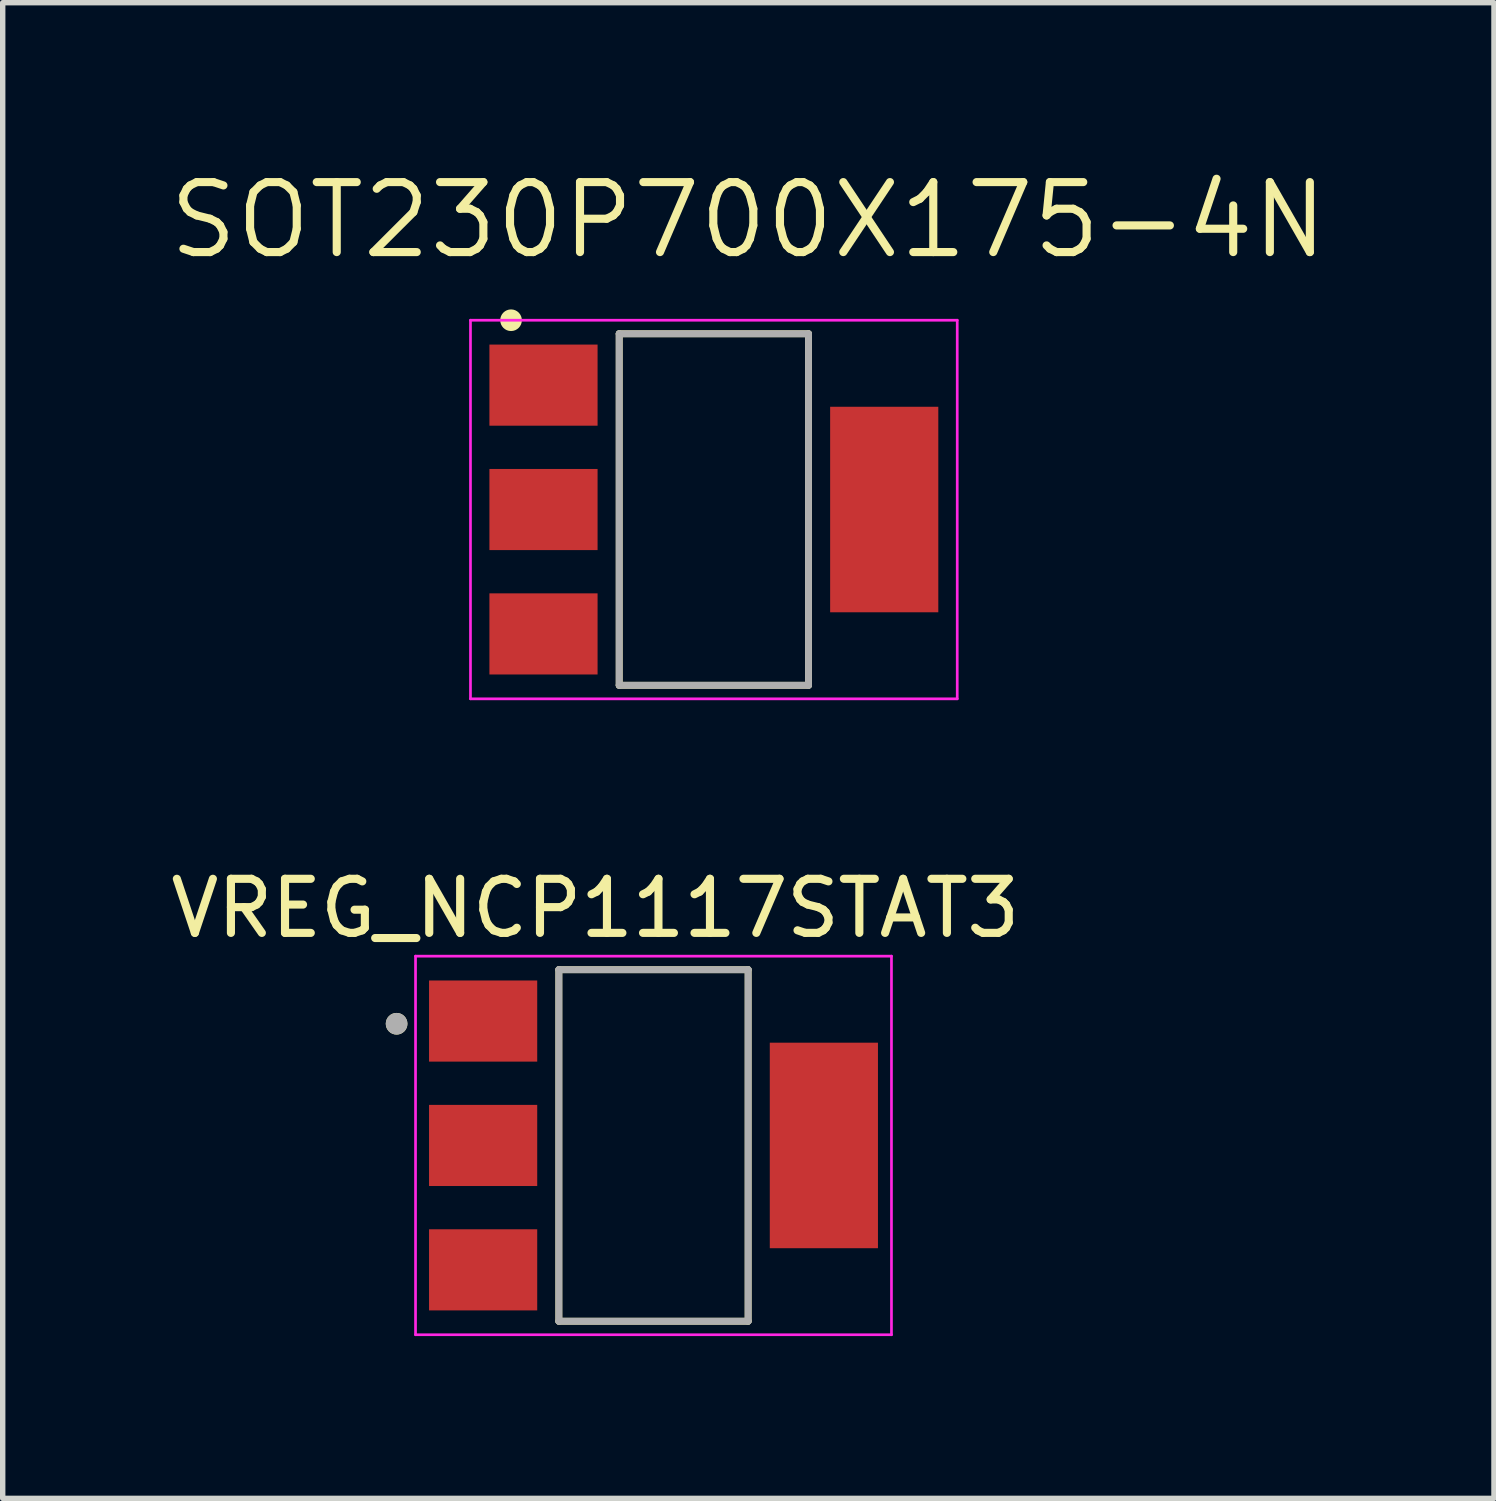
<source format=kicad_pcb>
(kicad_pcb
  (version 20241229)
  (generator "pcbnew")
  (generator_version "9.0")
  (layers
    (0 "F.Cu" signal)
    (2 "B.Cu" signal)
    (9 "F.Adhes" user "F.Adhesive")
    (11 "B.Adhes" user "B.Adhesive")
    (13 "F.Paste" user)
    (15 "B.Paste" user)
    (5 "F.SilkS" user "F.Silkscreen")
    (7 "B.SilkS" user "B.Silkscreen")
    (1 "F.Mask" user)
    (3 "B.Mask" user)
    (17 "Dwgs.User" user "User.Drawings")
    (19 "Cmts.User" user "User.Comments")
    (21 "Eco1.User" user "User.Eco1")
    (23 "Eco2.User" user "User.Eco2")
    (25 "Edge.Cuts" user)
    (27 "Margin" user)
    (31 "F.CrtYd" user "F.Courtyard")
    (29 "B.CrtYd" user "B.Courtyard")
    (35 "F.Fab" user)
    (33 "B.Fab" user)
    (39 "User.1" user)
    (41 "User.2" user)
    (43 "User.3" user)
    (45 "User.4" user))
  (footprint "VREG_NCP1117STAT3"
    (layer "F.Cu")
    (at 9.033 18.129)
    (property "Reference" "VREG_NCP1117STAT3" (at -1.075 -4.385 0) (layer "F.SilkS") (effects (font (size 1 1) (thickness 0.15))))
    (attr smd)
    (fp_line (start -1.75 -3.25) (end -1.75 3.25) (stroke (width 0.127) (type solid)) (layer "F.SilkS"))
    (fp_line (start -1.75 3.25) (end 1.75 3.25) (stroke (width 0.127) (type solid)) (layer "F.SilkS"))
    (fp_line (start 1.75 -3.25) (end -1.75 -3.25) (stroke (width 0.127) (type solid)) (layer "F.SilkS"))
    (fp_line (start 1.75 3.25) (end 1.75 -3.25) (stroke (width 0.127) (type solid)) (layer "F.SilkS"))
    (fp_circle (center -4.75 -2.25) (end -4.65 -2.25) (stroke (width 0.2) (type solid)) (fill no) (layer "F.SilkS"))
    (fp_line (start -4.4 -3.5) (end -4.4 3.5) (stroke (width 0.05) (type solid)) (layer "F.CrtYd"))
    (fp_line (start -4.4 -3.5) (end 4.4 -3.5) (stroke (width 0.05) (type solid)) (layer "F.CrtYd"))
    (fp_line (start -4.4 3.5) (end 4.4 3.5) (stroke (width 0.05) (type solid)) (layer "F.CrtYd"))
    (fp_line (start 4.4 -3.5) (end 4.4 3.5) (stroke (width 0.05) (type solid)) (layer "F.CrtYd"))
    (fp_line (start -1.75 -3.25) (end -1.75 3.25) (stroke (width 0.127) (type solid)) (layer "F.Fab"))
    (fp_line (start -1.75 3.25) (end 1.75 3.25) (stroke (width 0.127) (type solid)) (layer "F.Fab"))
    (fp_line (start 1.75 -3.25) (end -1.75 -3.25) (stroke (width 0.127) (type solid)) (layer "F.Fab"))
    (fp_line (start 1.75 3.25) (end 1.75 -3.25) (stroke (width 0.127) (type solid)) (layer "F.Fab"))
    (fp_circle (center -4.75 -2.25) (end -4.65 -2.25) (stroke (width 0.2) (type solid)) (fill no) (layer "F.Fab"))
    (pad "1" smd rect (at -3.15 -2.3) (size 2 1.5) (layers "F.Cu" "F.Mask" "F.Paste"))
    (pad "2" smd rect (at -3.15 0) (size 2 1.5) (layers "F.Cu" "F.Mask" "F.Paste"))
    (pad "3" smd rect (at -3.15 2.3) (size 2 1.5) (layers "F.Cu" "F.Mask" "F.Paste"))
    (pad "4" smd rect (at 3.15 0) (size 2 3.8) (layers "F.Cu" "F.Mask" "F.Paste")))
  (footprint "SOT230P700X175-4N"
    (layer "F.Cu")
    (at 10.149 6.371)
    (property "Reference" "SOT230P700X175-4N" (at 0.637 -5.351 0) (layer "F.SilkS") (effects (font (size 1.294 1.294) (thickness 0.15))))
    (attr smd)
    (fp_line (start -1.75 -3.25) (end 1.75 -3.25) (stroke (width 0.127) (type solid)) (layer "F.SilkS"))
    (fp_line (start -1.75 3.25) (end -1.75 -3.25) (stroke (width 0.127) (type solid)) (layer "F.SilkS"))
    (fp_line (start 1.75 -3.25) (end 1.75 3.25) (stroke (width 0.127) (type solid)) (layer "F.SilkS"))
    (fp_line (start 1.75 3.25) (end -1.75 3.25) (stroke (width 0.127) (type solid)) (layer "F.SilkS"))
    (fp_circle (center -3.75 -3.5) (end -3.65 -3.5) (stroke (width 0.2) (type solid)) (fill no) (layer "F.SilkS"))
    (fp_line (start -4.5 -3.5) (end 4.5 -3.5) (stroke (width 0.05) (type solid)) (layer "F.CrtYd"))
    (fp_line (start -4.5 3.5) (end -4.5 -3.5) (stroke (width 0.05) (type solid)) (layer "F.CrtYd"))
    (fp_line (start 4.5 -3.5) (end 4.5 3.5) (stroke (width 0.05) (type solid)) (layer "F.CrtYd"))
    (fp_line (start 4.5 3.5) (end -4.5 3.5) (stroke (width 0.05) (type solid)) (layer "F.CrtYd"))
    (fp_line (start -1.75 -3.25) (end 1.75 -3.25) (stroke (width 0.127) (type solid)) (layer "F.Fab"))
    (fp_line (start -1.75 3.25) (end -1.75 -3.25) (stroke (width 0.127) (type solid)) (layer "F.Fab"))
    (fp_line (start 1.75 -3.25) (end 1.75 3.25) (stroke (width 0.127) (type solid)) (layer "F.Fab"))
    (fp_line (start 1.75 3.25) (end -1.75 3.25) (stroke (width 0.127) (type solid)) (layer "F.Fab"))
    (pad "1" smd rect (at -3.15 -2.3 270) (size 1.5 2) (layers "F.Cu" "F.Mask" "F.Paste"))
    (pad "2" smd rect (at -3.15 0 270) (size 1.5 2) (layers "F.Cu" "F.Mask" "F.Paste"))
    (pad "3" smd rect (at -3.15 2.3 270) (size 1.5 2) (layers "F.Cu" "F.Mask" "F.Paste"))
    (pad "4" smd rect (at 3.15 0 270) (size 3.8 2) (layers "F.Cu" "F.Mask" "F.Paste")))
  (gr_rect
    (start -3 -3)
    (end 24.573 24.654)
    (stroke (width 0.1) (type default))
    (fill no)
    (layer "Edge.Cuts")))
</source>
